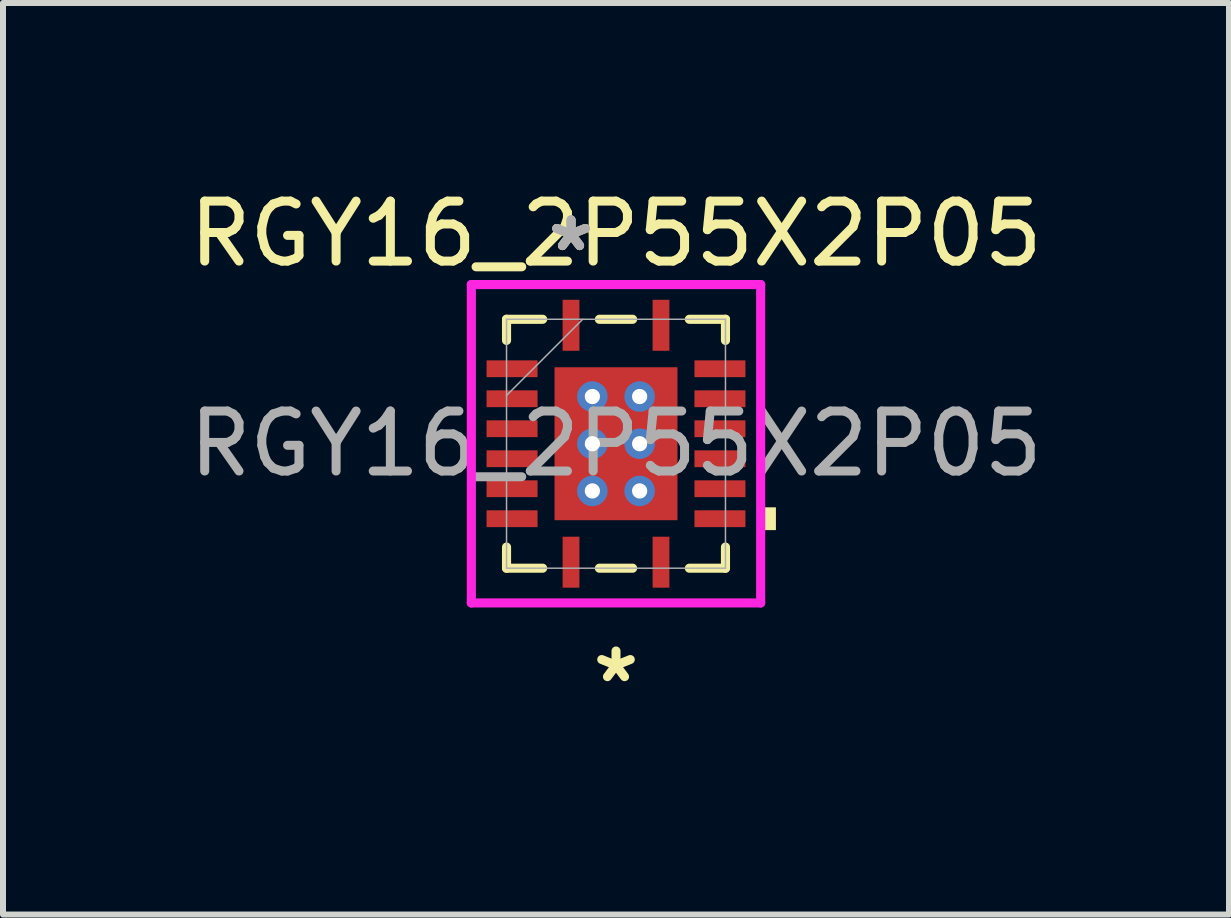
<source format=kicad_pcb>
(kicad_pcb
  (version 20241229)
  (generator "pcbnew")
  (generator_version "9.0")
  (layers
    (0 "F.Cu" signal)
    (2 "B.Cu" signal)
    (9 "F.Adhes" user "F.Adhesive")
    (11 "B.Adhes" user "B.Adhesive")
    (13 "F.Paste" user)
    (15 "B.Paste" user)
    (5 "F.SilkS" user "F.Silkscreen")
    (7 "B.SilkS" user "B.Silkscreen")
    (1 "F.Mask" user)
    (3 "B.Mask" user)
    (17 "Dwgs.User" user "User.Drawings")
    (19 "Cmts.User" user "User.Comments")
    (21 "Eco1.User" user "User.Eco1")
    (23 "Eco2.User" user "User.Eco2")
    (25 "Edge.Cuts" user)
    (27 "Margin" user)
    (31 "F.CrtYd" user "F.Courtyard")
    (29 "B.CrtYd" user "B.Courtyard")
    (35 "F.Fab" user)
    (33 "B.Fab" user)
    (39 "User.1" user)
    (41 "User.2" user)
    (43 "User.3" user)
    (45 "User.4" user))
  (footprint "RGY16_2P55X2P05"
    (layer "F.Cu")
    (at 7.22 4.348)
    (property "Reference" "RGY16_2P55X2P05" (at 0 -3.5 0) (unlocked yes) (layer "F.SilkS") (effects (font (size 1 1) (thickness 0.15))))
    (attr smd)
    (fp_poly (pts (xy -2.228 -1.46) (xy -2.228 -1.04) (xy -1.238 -1.04) (xy -1.238 -1.46)) (stroke (width 0) (type solid)) (fill yes) (layer "F.Mask"))
    (fp_poly (pts (xy -2.228 -0.96) (xy -2.228 -0.54) (xy -1.238 -0.54) (xy -1.238 -0.96)) (stroke (width 0) (type solid)) (fill yes) (layer "F.Mask"))
    (fp_poly (pts (xy -2.228 -0.46) (xy -2.228 -0.04) (xy -1.238 -0.04) (xy -1.238 -0.46)) (stroke (width 0) (type solid)) (fill yes) (layer "F.Mask"))
    (fp_poly (pts (xy -2.228 0.04) (xy -2.228 0.46) (xy -1.238 0.46) (xy -1.238 0.04)) (stroke (width 0) (type solid)) (fill yes) (layer "F.Mask"))
    (fp_poly (pts (xy -2.228 0.54) (xy -2.228 0.96) (xy -1.238 0.96) (xy -1.238 0.54)) (stroke (width 0) (type solid)) (fill yes) (layer "F.Mask"))
    (fp_poly (pts (xy -2.228 1.04) (xy -2.228 1.46) (xy -1.238 1.46) (xy -1.238 1.04)) (stroke (width 0) (type solid)) (fill yes) (layer "F.Mask"))
    (fp_poly (pts (xy -1.089 -1.339) (xy -0.594 -1.339) (xy -0.594 1.339) (xy -1.089 1.339)) (stroke (width 0) (type solid)) (fill yes) (layer "F.Mask"))
    (fp_poly (pts (xy -1.089 -1.339) (xy 1.089 -1.339) (xy 1.089 -0.987) (xy -1.089 -0.987)) (stroke (width 0) (type solid)) (fill yes) (layer "F.Mask"))
    (fp_poly (pts (xy -1.089 -0.587) (xy 1.089 -0.587) (xy 1.089 -0.2) (xy -1.089 -0.2)) (stroke (width 0) (type solid)) (fill yes) (layer "F.Mask"))
    (fp_poly (pts (xy -1.089 0.2) (xy 1.089 0.2) (xy 1.089 0.587) (xy -1.089 0.587)) (stroke (width 0) (type solid)) (fill yes) (layer "F.Mask"))
    (fp_poly (pts (xy -1.089 0.987) (xy 1.089 0.987) (xy 1.089 1.339) (xy -1.089 1.339)) (stroke (width 0) (type solid)) (fill yes) (layer "F.Mask"))
    (fp_poly (pts (xy -0.96 -2.47) (xy -0.96 -1.48) (xy -0.54 -1.48) (xy -0.54 -2.47)) (stroke (width 0) (type solid)) (fill yes) (layer "F.Mask"))
    (fp_poly (pts (xy -0.96 1.48) (xy -0.96 2.47) (xy -0.54 2.47) (xy -0.54 1.48)) (stroke (width 0) (type solid)) (fill yes) (layer "F.Mask"))
    (fp_poly (pts (xy 0.194 -1.339) (xy -0.194 -1.339) (xy -0.194 1.339) (xy 0.194 1.339)) (stroke (width 0) (type solid)) (fill yes) (layer "F.Mask"))
    (fp_poly (pts (xy 0.54 -2.47) (xy 0.54 -1.48) (xy 0.96 -1.48) (xy 0.96 -2.47)) (stroke (width 0) (type solid)) (fill yes) (layer "F.Mask"))
    (fp_poly (pts (xy 0.54 1.48) (xy 0.54 2.47) (xy 0.96 2.47) (xy 0.96 1.48)) (stroke (width 0) (type solid)) (fill yes) (layer "F.Mask"))
    (fp_poly (pts (xy 0.594 -1.339) (xy 1.089 -1.339) (xy 1.089 1.339) (xy 0.594 1.339)) (stroke (width 0) (type solid)) (fill yes) (layer "F.Mask"))
    (fp_poly (pts (xy 1.238 -1.46) (xy 1.238 -1.04) (xy 2.228 -1.04) (xy 2.228 -1.46)) (stroke (width 0) (type solid)) (fill yes) (layer "F.Mask"))
    (fp_poly (pts (xy 1.238 -0.96) (xy 1.238 -0.54) (xy 2.228 -0.54) (xy 2.228 -0.96)) (stroke (width 0) (type solid)) (fill yes) (layer "F.Mask"))
    (fp_poly (pts (xy 1.238 -0.46) (xy 1.238 -0.04) (xy 2.228 -0.04) (xy 2.228 -0.46)) (stroke (width 0) (type solid)) (fill yes) (layer "F.Mask"))
    (fp_poly (pts (xy 1.238 0.04) (xy 1.238 0.46) (xy 2.228 0.46) (xy 2.228 0.04)) (stroke (width 0) (type solid)) (fill yes) (layer "F.Mask"))
    (fp_poly (pts (xy 1.238 0.54) (xy 1.238 0.96) (xy 2.228 0.96) (xy 2.228 0.54)) (stroke (width 0) (type solid)) (fill yes) (layer "F.Mask"))
    (fp_poly (pts (xy 1.238 1.04) (xy 1.238 1.46) (xy 2.228 1.46) (xy 2.228 1.04)) (stroke (width 0) (type solid)) (fill yes) (layer "F.Mask"))
    (fp_line (start -1.825 -2.075) (end -1.825 -1.723) (stroke (width 0.152) (type solid)) (layer "F.SilkS"))
    (fp_line (start -1.825 1.723) (end -1.825 2.075) (stroke (width 0.152) (type solid)) (layer "F.SilkS"))
    (fp_line (start -1.825 2.075) (end -1.223 2.075) (stroke (width 0.152) (type solid)) (layer "F.SilkS"))
    (fp_line (start -1.223 -2.075) (end -1.825 -2.075) (stroke (width 0.152) (type solid)) (layer "F.SilkS"))
    (fp_line (start -0.277 2.075) (end 0.277 2.075) (stroke (width 0.152) (type solid)) (layer "F.SilkS"))
    (fp_line (start 0.277 -2.075) (end -0.277 -2.075) (stroke (width 0.152) (type solid)) (layer "F.SilkS"))
    (fp_line (start 1.223 2.075) (end 1.825 2.075) (stroke (width 0.152) (type solid)) (layer "F.SilkS"))
    (fp_line (start 1.825 -2.075) (end 1.223 -2.075) (stroke (width 0.152) (type solid)) (layer "F.SilkS"))
    (fp_line (start 1.825 -1.723) (end 1.825 -2.075) (stroke (width 0.152) (type solid)) (layer "F.SilkS"))
    (fp_line (start 1.825 2.075) (end 1.825 1.723) (stroke (width 0.152) (type solid)) (layer "F.SilkS"))
    (fp_poly (pts (xy 2.666 1.06) (xy 2.666 1.44) (xy 2.412 1.44) (xy 2.412 1.06)) (stroke (width 0) (type solid)) (fill yes) (layer "F.SilkS"))
    (fp_poly (pts (xy -2.133 -1.365) (xy -2.133 -1.135) (xy -1.333 -1.135) (xy -1.333 -1.365)) (stroke (width 0) (type solid)) (fill yes) (layer "F.Paste"))
    (fp_poly (pts (xy -2.133 -0.865) (xy -2.133 -0.635) (xy -1.333 -0.635) (xy -1.333 -0.865)) (stroke (width 0) (type solid)) (fill yes) (layer "F.Paste"))
    (fp_poly (pts (xy -2.133 -0.365) (xy -2.133 -0.135) (xy -1.333 -0.135) (xy -1.333 -0.365)) (stroke (width 0) (type solid)) (fill yes) (layer "F.Paste"))
    (fp_poly (pts (xy -2.133 0.135) (xy -2.133 0.365) (xy -1.333 0.365) (xy -1.333 0.135)) (stroke (width 0) (type solid)) (fill yes) (layer "F.Paste"))
    (fp_poly (pts (xy -2.133 0.635) (xy -2.133 0.865) (xy -1.333 0.865) (xy -1.333 0.635)) (stroke (width 0) (type solid)) (fill yes) (layer "F.Paste"))
    (fp_poly (pts (xy -2.133 1.135) (xy -2.133 1.365) (xy -1.333 1.365) (xy -1.333 1.135)) (stroke (width 0) (type solid)) (fill yes) (layer "F.Paste"))
    (fp_poly (pts (xy -0.865 -2.375) (xy -0.865 -1.575) (xy -0.635 -1.575) (xy -0.635 -2.375)) (stroke (width 0) (type solid)) (fill yes) (layer "F.Paste"))
    (fp_poly (pts (xy -0.865 1.575) (xy -0.865 2.375) (xy -0.635 2.375) (xy -0.635 1.575)) (stroke (width 0) (type solid)) (fill yes) (layer "F.Paste"))
    (fp_poly (pts (xy 0.635 -2.375) (xy 0.635 -1.575) (xy 0.865 -1.575) (xy 0.865 -2.375)) (stroke (width 0) (type solid)) (fill yes) (layer "F.Paste"))
    (fp_poly (pts (xy 0.635 1.575) (xy 0.635 2.375) (xy 0.865 2.375) (xy 0.865 1.575)) (stroke (width 0) (type solid)) (fill yes) (layer "F.Paste"))
    (fp_poly (pts (xy 1.333 -1.365) (xy 1.333 -1.135) (xy 2.133 -1.135) (xy 2.133 -1.365)) (stroke (width 0) (type solid)) (fill yes) (layer "F.Paste"))
    (fp_poly (pts (xy 1.333 -0.865) (xy 1.333 -0.635) (xy 2.133 -0.635) (xy 2.133 -0.865)) (stroke (width 0) (type solid)) (fill yes) (layer "F.Paste"))
    (fp_poly (pts (xy 1.333 -0.365) (xy 1.333 -0.135) (xy 2.133 -0.135) (xy 2.133 -0.365)) (stroke (width 0) (type solid)) (fill yes) (layer "F.Paste"))
    (fp_poly (pts (xy 1.333 0.135) (xy 1.333 0.365) (xy 2.133 0.365) (xy 2.133 0.135)) (stroke (width 0) (type solid)) (fill yes) (layer "F.Paste"))
    (fp_poly (pts (xy 1.333 0.635) (xy 1.333 0.865) (xy 2.133 0.865) (xy 2.133 0.635)) (stroke (width 0) (type solid)) (fill yes) (layer "F.Paste"))
    (fp_poly (pts (xy 1.333 1.135) (xy 1.333 1.365) (xy 2.133 1.365) (xy 2.133 1.135)) (stroke (width 0) (type solid)) (fill yes) (layer "F.Paste"))
    (fp_poly (pts (xy -0.95 -1.2) (xy -0.95 -0.887) (xy -0.635 -0.887) (xy -0.494 -1.029) (xy -0.494 -1.2)) (stroke (width 0) (type solid)) (fill yes) (layer "F.Paste"))
    (fp_poly (pts (xy -0.95 0.887) (xy -0.95 1.2) (xy -0.494 1.2) (xy -0.494 1.029) (xy -0.635 0.887)) (stroke (width 0) (type solid)) (fill yes) (layer "F.Paste"))
    (fp_poly (pts (xy 0.494 -1.2) (xy 0.494 -1.029) (xy 0.635 -0.887) (xy 0.95 -0.887) (xy 0.95 -1.2)) (stroke (width 0) (type solid)) (fill yes) (layer "F.Paste"))
    (fp_poly (pts (xy 0.635 0.887) (xy 0.494 1.029) (xy 0.494 1.2) (xy 0.95 1.2) (xy 0.95 0.887)) (stroke (width 0) (type solid)) (fill yes) (layer "F.Paste"))
    (fp_poly (pts (xy -0.95 -0.687) (xy -0.95 -0.1) (xy -0.635 -0.1) (xy -0.494 -0.241) (xy -0.494 -0.546) (xy -0.635 -0.687)) (stroke (width 0) (type solid)) (fill yes) (layer "F.Paste"))
    (fp_poly (pts (xy -0.95 0.1) (xy -0.95 0.687) (xy -0.635 0.687) (xy -0.494 0.546) (xy -0.494 0.241) (xy -0.635 0.1)) (stroke (width 0) (type solid)) (fill yes) (layer "F.Paste"))
    (fp_poly (pts (xy -0.294 -1.2) (xy -0.294 -1.029) (xy -0.152 -0.887) (xy 0.152 -0.887) (xy 0.294 -1.029) (xy 0.294 -1.2)) (stroke (width 0) (type solid)) (fill yes) (layer "F.Paste"))
    (fp_poly (pts (xy -0.152 0.887) (xy -0.294 1.029) (xy -0.294 1.2) (xy 0.294 1.2) (xy 0.294 1.029) (xy 0.152 0.887)) (stroke (width 0) (type solid)) (fill yes) (layer "F.Paste"))
    (fp_poly (pts (xy 0.635 -0.687) (xy 0.494 -0.546) (xy 0.494 -0.241) (xy 0.635 -0.1) (xy 0.95 -0.1) (xy 0.95 -0.687)) (stroke (width 0) (type solid)) (fill yes) (layer "F.Paste"))
    (fp_poly (pts (xy 0.635 0.1) (xy 0.494 0.241) (xy 0.494 0.546) (xy 0.635 0.687) (xy 0.95 0.687) (xy 0.95 0.1)) (stroke (width 0) (type solid)) (fill yes) (layer "F.Paste"))
    (fp_poly (pts (xy -0.152 -0.687) (xy -0.294 -0.546) (xy -0.294 -0.241) (xy -0.152 -0.1) (xy 0.152 -0.1) (xy 0.294 -0.241) (xy 0.294 -0.546) (xy 0.152 -0.687)) (stroke (width 0) (type solid)) (fill yes) (layer "F.Paste"))
    (fp_poly (pts (xy -0.152 0.1) (xy -0.294 0.241) (xy -0.294 0.546) (xy -0.152 0.687) (xy 0.152 0.687) (xy 0.294 0.546) (xy 0.294 0.241) (xy 0.152 0.1)) (stroke (width 0) (type solid)) (fill yes) (layer "F.Paste"))
    (fp_line (start -2.412 -2.654) (end 2.412 -2.654) (stroke (width 0.152) (type solid)) (layer "F.CrtYd"))
    (fp_line (start -2.412 2.654) (end -2.412 -2.654) (stroke (width 0.152) (type solid)) (layer "F.CrtYd"))
    (fp_line (start 2.412 -2.654) (end 2.412 2.654) (stroke (width 0.152) (type solid)) (layer "F.CrtYd"))
    (fp_line (start 2.412 2.654) (end -2.412 2.654) (stroke (width 0.152) (type solid)) (layer "F.CrtYd"))
    (fp_line (start -1.825 -2.075) (end -1.825 2.075) (stroke (width 0.025) (type solid)) (layer "F.Fab"))
    (fp_line (start -1.825 -0.805) (end -0.555 -2.075) (stroke (width 0.025) (type solid)) (layer "F.Fab"))
    (fp_line (start -1.825 2.075) (end 1.825 2.075) (stroke (width 0.025) (type solid)) (layer "F.Fab"))
    (fp_line (start 1.825 -2.075) (end -1.825 -2.075) (stroke (width 0.025) (type solid)) (layer "F.Fab"))
    (fp_line (start 1.825 2.075) (end 1.825 -2.075) (stroke (width 0.025) (type solid)) (layer "F.Fab"))
    (fp_text user "*" (at 0 4 0) (unlocked yes) (layer "F.SilkS") (effects (font (size 1 1) (thickness 0.15))))
    (fp_text user "*" (at -0.75 -3.187 0) (layer "F.SilkS") (effects (font (size 1 1) (thickness 0.15))))
    (fp_text user "${REFERENCE}" (at 0 0 0) (unlocked yes) (layer "F.Fab") (effects (font (size 1 1) (thickness 0.15))))
    (fp_text user "*" (at -0.75 -3.187 0) (unlocked yes) (layer "F.Fab") (effects (font (size 1 1) (thickness 0.15))))
    (fp_text user "*" (at -0.75 -3.187 0) (layer "F.Fab") (effects (font (size 1 1) (thickness 0.15))))
    (pad "1" smd rect (at -0.75 -1.975) (size 0.28 0.85) (layers "F.Cu" "F.Mask"))
    (pad "2" smd rect (at -1.733 -1.25 90) (size 0.28 0.85) (layers "F.Cu" "F.Mask"))
    (pad "3" smd rect (at -1.733 -0.75 90) (size 0.28 0.85) (layers "F.Cu" "F.Mask"))
    (pad "4" smd rect (at -1.733 -0.25 90) (size 0.28 0.85) (layers "F.Cu" "F.Mask"))
    (pad "5" smd rect (at -1.733 0.25 90) (size 0.28 0.85) (layers "F.Cu" "F.Mask"))
    (pad "6" smd rect (at -1.733 0.75 90) (size 0.28 0.85) (layers "F.Cu" "F.Mask"))
    (pad "7" smd rect (at -1.733 1.25 90) (size 0.28 0.85) (layers "F.Cu" "F.Mask"))
    (pad "8" smd rect (at -0.75 1.975) (size 0.28 0.85) (layers "F.Cu" "F.Mask"))
    (pad "9" smd rect (at 0.75 1.975) (size 0.28 0.85) (layers "F.Cu" "F.Mask"))
    (pad "10" smd rect (at 1.733 1.25 90) (size 0.28 0.85) (layers "F.Cu" "F.Mask"))
    (pad "11" smd rect (at 1.733 0.75 90) (size 0.28 0.85) (layers "F.Cu" "F.Mask"))
    (pad "12" smd rect (at 1.733 0.25 90) (size 0.28 0.85) (layers "F.Cu" "F.Mask"))
    (pad "13" smd rect (at 1.733 -0.25 90) (size 0.28 0.85) (layers "F.Cu" "F.Mask"))
    (pad "14" smd rect (at 1.733 -0.75 90) (size 0.28 0.85) (layers "F.Cu" "F.Mask"))
    (pad "15" smd rect (at 1.733 -1.25 90) (size 0.28 0.85) (layers "F.Cu" "F.Mask"))
    (pad "16" smd rect (at 0.75 -1.975) (size 0.28 0.85) (layers "F.Cu" "F.Mask"))
    (pad "17" thru_hole circle (at -0.394 -0.787) (size 0.508 0.508) (drill 0.254) (layers "*.Cu" "*.Mask"))
    (pad "17" thru_hole circle (at -0.394 0) (size 0.508 0.508) (drill 0.254) (layers "*.Cu" "*.Mask"))
    (pad "17" thru_hole circle (at -0.394 0.787) (size 0.508 0.508) (drill 0.254) (layers "*.Cu" "*.Mask"))
    (pad "17" smd rect (at 0 0) (size 2.05 2.55) (layers "F.Cu"))
    (pad "17" thru_hole circle (at 0.394 -0.787) (size 0.508 0.508) (drill 0.254) (layers "*.Cu" "*.Mask"))
    (pad "17" thru_hole circle (at 0.394 0) (size 0.508 0.508) (drill 0.254) (layers "*.Cu" "*.Mask"))
    (pad "17" thru_hole circle (at 0.394 0.787) (size 0.508 0.508) (drill 0.254) (layers "*.Cu" "*.Mask")))
  (gr_rect
    (start -3 -3)
    (end 17.44 12.197)
    (stroke (width 0.1) (type default))
    (fill no)
    (layer "Edge.Cuts")))
</source>
